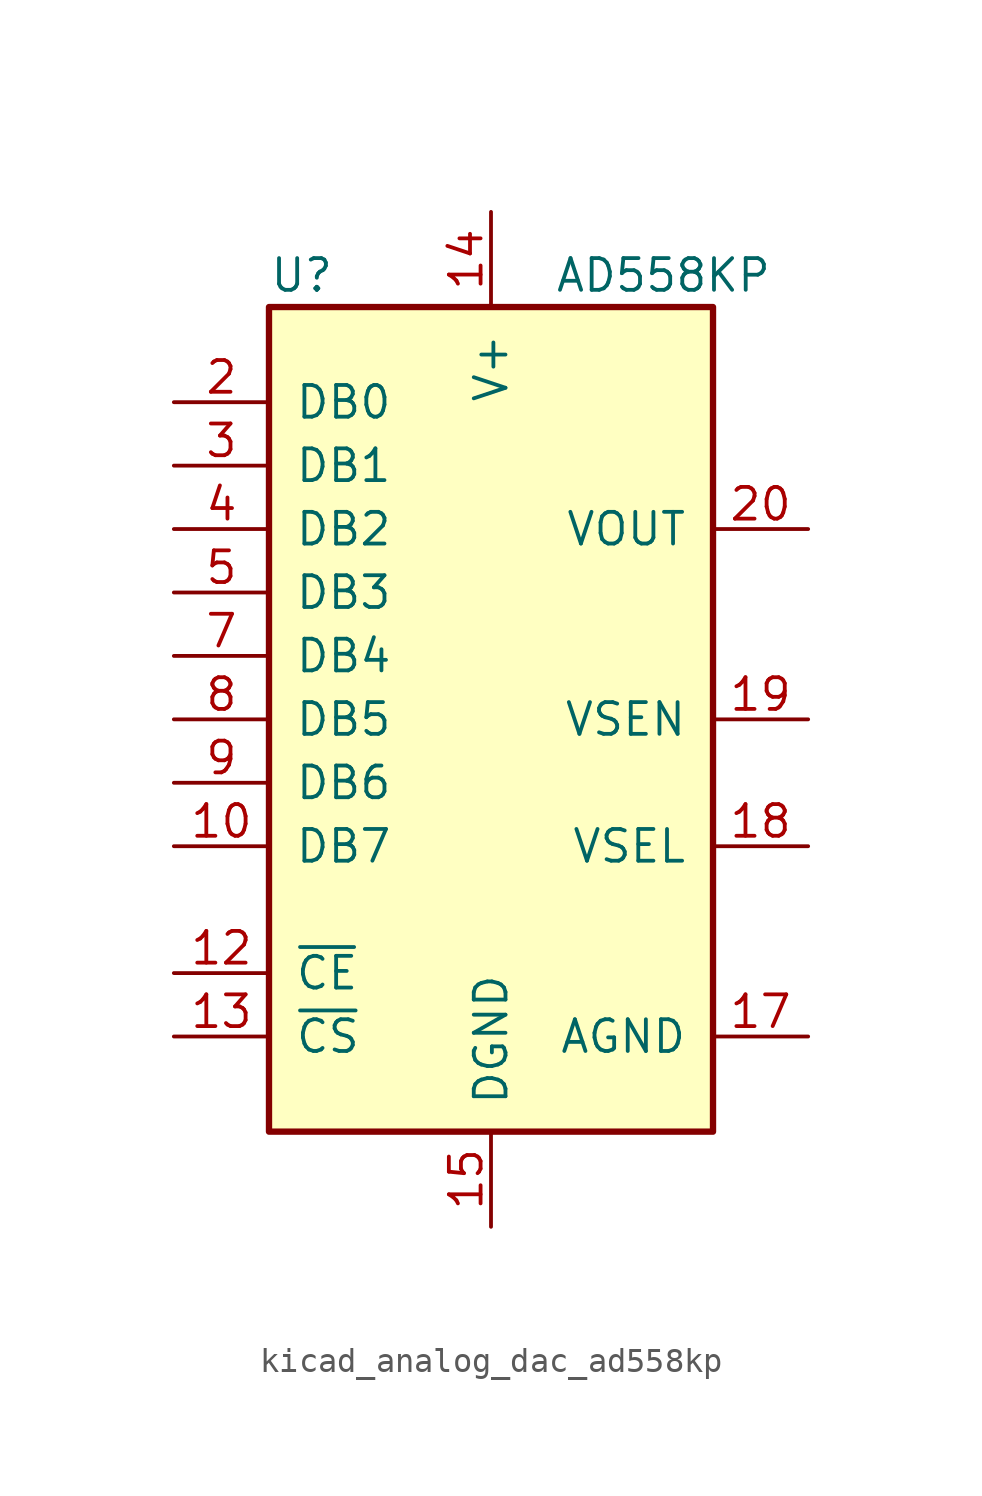
<source format=kicad_sym>
(kicad_symbol_lib
  (version 20220914)
  (generator kicad_symbol_editor)
  (symbol "kicad_analog_dac_ad558kp"
    (pin_names
      (offset 1.016))
    (property "Reference" "U"
      (at -8.89 17.78 0)
      (effects (font (size 1.27 1.27)) (justify left)))
    (property "Value" "AD558KP"
      (at 2.54 17.78 0)
      (effects (font (size 1.27 1.27)) (justify left)))
    (symbol "kicad_analog_dac_ad558kp_0_1"
      (rectangle (start -8.89 -16.51) (end 8.89 16.51) (stroke (width 0.254) (type default)) (fill (type background))))
    (symbol "kicad_analog_dac_ad558kp_1_1"
      (pin input line (at -12.7 -5.08 0) (length 3.81) (name "DB7" (effects (font (size 1.27 1.27)))) (number "10" (effects (font (size 1.27 1.27)))))
      (pin input line (at -12.7 -10.16 0) (length 3.81) (name "~{CE}" (effects (font (size 1.27 1.27)))) (number "12" (effects (font (size 1.27 1.27)))))
      (pin input line (at -12.7 -12.7 0) (length 3.81) (name "~{CS}" (effects (font (size 1.27 1.27)))) (number "13" (effects (font (size 1.27 1.27)))))
      (pin power_in line (at 0 20.32 270) (length 3.81) (name "V+" (effects (font (size 1.27 1.27)))) (number "14" (effects (font (size 1.27 1.27)))))
      (pin power_in line (at 0 -20.32 90) (length 3.81) (name "DGND" (effects (font (size 1.27 1.27)))) (number "15" (effects (font (size 1.27 1.27)))))
      (pin power_in line (at 12.7 -12.7 180) (length 3.81) (name "AGND" (effects (font (size 1.27 1.27)))) (number "17" (effects (font (size 1.27 1.27)))))
      (pin input line (at 12.7 -5.08 180) (length 3.81) (name "VSEL" (effects (font (size 1.27 1.27)))) (number "18" (effects (font (size 1.27 1.27)))))
      (pin input line (at 12.7 0 180) (length 3.81) (name "VSEN" (effects (font (size 1.27 1.27)))) (number "19" (effects (font (size 1.27 1.27)))))
      (pin input line (at -12.7 12.7 0) (length 3.81) (name "DB0" (effects (font (size 1.27 1.27)))) (number "2" (effects (font (size 1.27 1.27)))))
      (pin output line (at 12.7 7.62 180) (length 3.81) (name "VOUT" (effects (font (size 1.27 1.27)))) (number "20" (effects (font (size 1.27 1.27)))))
      (pin input line (at -12.7 10.16 0) (length 3.81) (name "DB1" (effects (font (size 1.27 1.27)))) (number "3" (effects (font (size 1.27 1.27)))))
      (pin input line (at -12.7 7.62 0) (length 3.81) (name "DB2" (effects (font (size 1.27 1.27)))) (number "4" (effects (font (size 1.27 1.27)))))
      (pin input line (at -12.7 5.08 0) (length 3.81) (name "DB3" (effects (font (size 1.27 1.27)))) (number "5" (effects (font (size 1.27 1.27)))))
      (pin input line (at -12.7 2.54 0) (length 3.81) (name "DB4" (effects (font (size 1.27 1.27)))) (number "7" (effects (font (size 1.27 1.27)))))
      (pin input line (at -12.7 0 0) (length 3.81) (name "DB5" (effects (font (size 1.27 1.27)))) (number "8" (effects (font (size 1.27 1.27)))))
      (pin input line (at -12.7 -2.54 0) (length 3.81) (name "DB6" (effects (font (size 1.27 1.27)))) (number "9" (effects (font (size 1.27 1.27))))))))
</source>
